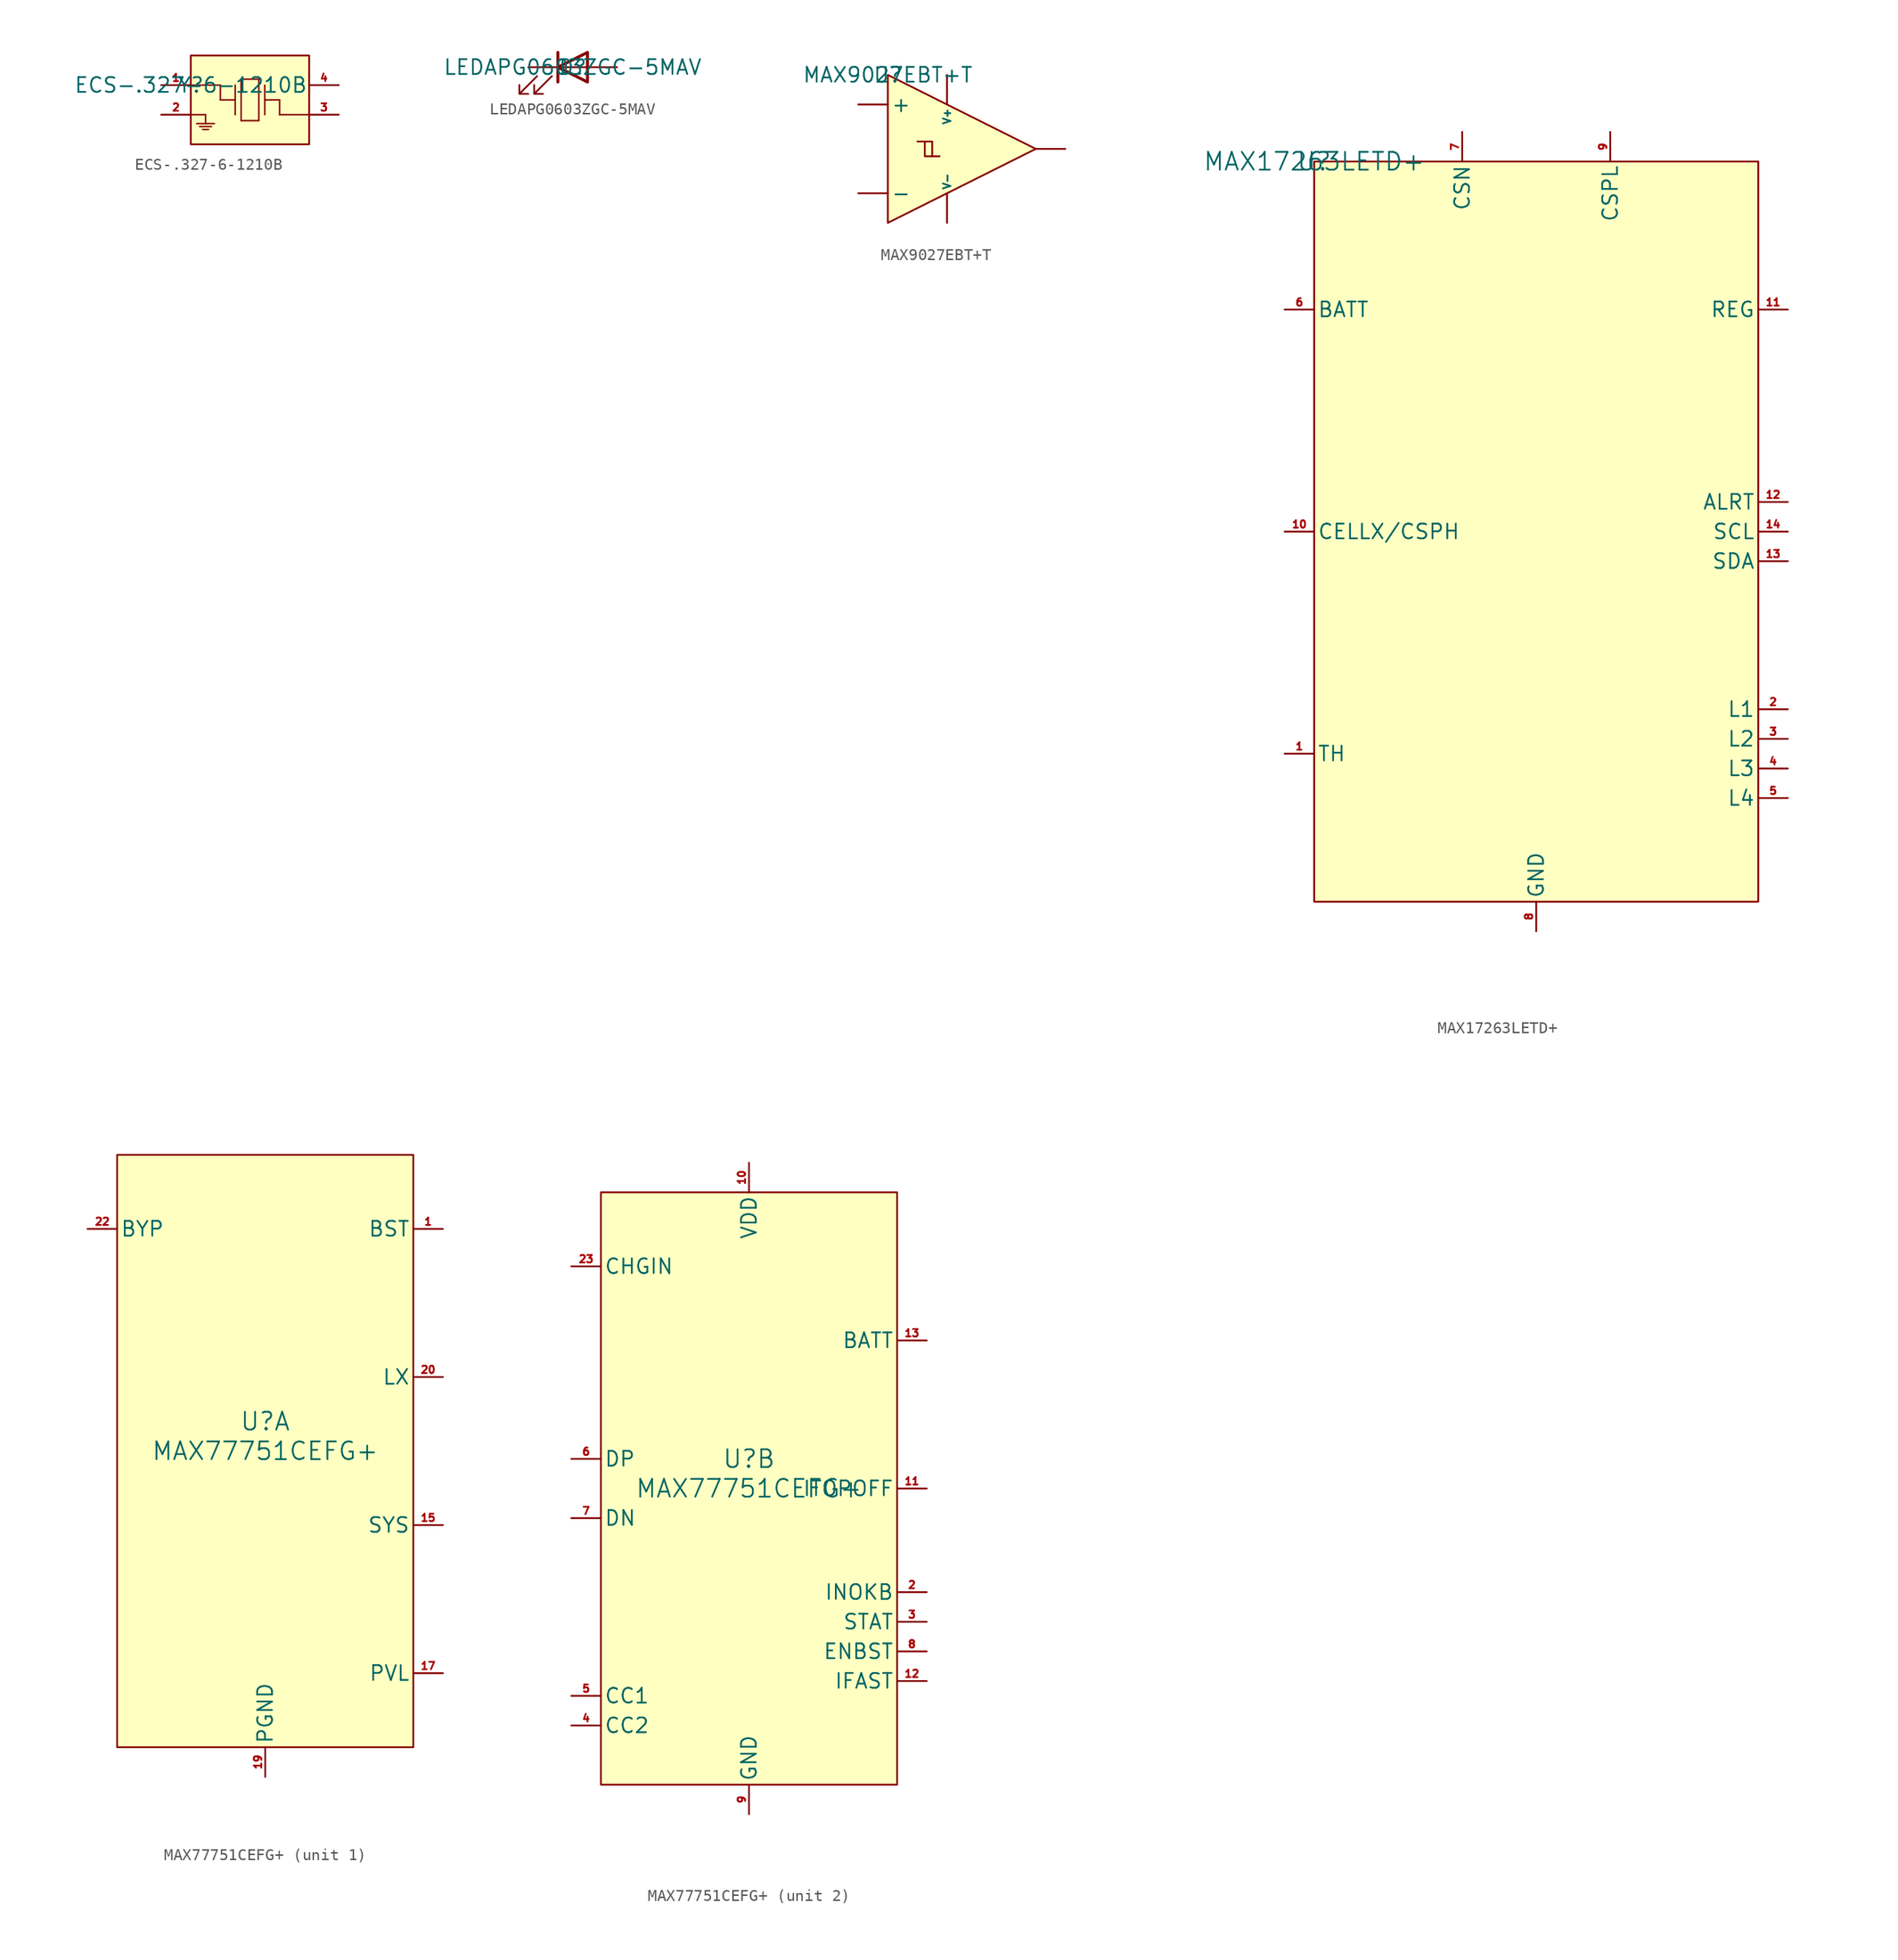
<source format=kicad_sym>
(kicad_symbol_lib
  (version 20211014)
  (generator kicad_symbol_editor)
  (symbol "ECS-.327-6-1210B"
    (pin_names
      (offset 1.27) hide)
    (property "Reference" "Y"
      (at 0 0 0)
      (effects (font (size 1.27 1.27))))
    (property "Value" "ECS-.327-6-1210B"
      (at 0 0 0)
      (effects (font (size 1.27 1.27))))
    (symbol "ECS-.327-6-1210B_0_1"
      (rectangle (start 10.16 2.54) (end 0 -5.08) (stroke (width 0) (type default) (color 0 0 0 0)) (fill (type background))))
    (symbol "ECS-.327-6-1210B_1_1"
      (polyline (pts (xy 0 -2.54) (xy 1.27 -2.54)) (stroke (width 0.127) (type default) (color 0 0 0 0)) (fill (type none)))
      (polyline (pts (xy 0.508 -3.302) (xy 2.032 -3.302)) (stroke (width 0.127) (type default) (color 0 0 0 0)) (fill (type none)))
      (polyline (pts (xy 0.762 -3.556) (xy 1.778 -3.556)) (stroke (width 0.127) (type default) (color 0 0 0 0)) (fill (type none)))
      (polyline (pts (xy 1.016 -3.81) (xy 1.524 -3.81)) (stroke (width 0.127) (type default) (color 0 0 0 0)) (fill (type none)))
      (polyline (pts (xy 1.27 -2.54) (xy 1.27 -3.302)) (stroke (width 0.127) (type default) (color 0 0 0 0)) (fill (type none)))
      (polyline (pts (xy 2.54 -1.27) (xy 2.54 0)) (stroke (width 0.127) (type default) (color 0 0 0 0)) (fill (type none)))
      (polyline (pts (xy 2.54 0) (xy 0 0)) (stroke (width 0.127) (type default) (color 0 0 0 0)) (fill (type none)))
      (polyline (pts (xy 3.81 -1.27) (xy 2.54 -1.27)) (stroke (width 0.127) (type default) (color 0 0 0 0)) (fill (type none)))
      (polyline (pts (xy 3.81 0) (xy 3.81 -2.54)) (stroke (width 0.127) (type default) (color 0 0 0 0)) (fill (type none)))
      (polyline (pts (xy 4.318 -3.048) (xy 5.842 -3.048)) (stroke (width 0.127) (type default) (color 0 0 0 0)) (fill (type none)))
      (polyline (pts (xy 4.318 0.508) (xy 4.318 -3.048)) (stroke (width 0.127) (type default) (color 0 0 0 0)) (fill (type none)))
      (polyline (pts (xy 5.842 -3.048) (xy 5.842 0.508)) (stroke (width 0.127) (type default) (color 0 0 0 0)) (fill (type none)))
      (polyline (pts (xy 5.842 0.508) (xy 4.318 0.508)) (stroke (width 0.127) (type default) (color 0 0 0 0)) (fill (type none)))
      (polyline (pts (xy 6.35 -1.27) (xy 7.62 -1.27)) (stroke (width 0.127) (type default) (color 0 0 0 0)) (fill (type none)))
      (polyline (pts (xy 6.35 0) (xy 6.35 -2.54)) (stroke (width 0.127) (type default) (color 0 0 0 0)) (fill (type none)))
      (polyline (pts (xy 7.62 -2.54) (xy 10.16 -2.54)) (stroke (width 0.127) (type default) (color 0 0 0 0)) (fill (type none)))
      (polyline (pts (xy 7.62 -1.27) (xy 7.62 -2.54)) (stroke (width 0.127) (type default) (color 0 0 0 0)) (fill (type none)))
      (pin unspecified line (at -2.54 0 0) (length 2.54) (name "1" (effects (font (size 1.27 1.27)))) (number "1" (effects (font (size 0.635 0.635)))))
      (pin unspecified line (at -2.54 -2.54 0) (length 2.54) (name "2" (effects (font (size 1.27 1.27)))) (number "2" (effects (font (size 0.635 0.635)))))
      (pin unspecified line (at 12.7 -2.54 180) (length 2.54) (name "3" (effects (font (size 1.27 1.27)))) (number "3" (effects (font (size 0.635 0.635)))))
      (pin unspecified line (at 12.7 0 180) (length 2.54) (name "4" (effects (font (size 1.27 1.27)))) (number "4" (effects (font (size 0.635 0.635)))))))
  (symbol "LEDAPG0603ZGC-5MAV"
    (pin_numbers hide)
    (pin_names
      (offset 1.016) hide)
    (property "Reference" "D"
      (at 0 0 0)
      (effects (font (size 1.27 1.27))))
    (property "Value" "LEDAPG0603ZGC-5MAV"
      (at 0 0 0)
      (effects (font (size 1.27 1.27))))
    (symbol "LEDAPG0603ZGC-5MAV_0_1"
      (polyline (pts (xy -1.27 -1.27) (xy -1.27 1.27)) (stroke (width 0.254) (type default) (color 0 0 0 0)) (fill (type none)))
      (polyline (pts (xy -1.27 0) (xy 1.27 0)) (stroke (width 0) (type default) (color 0 0 0 0)) (fill (type none)))
      (polyline (pts (xy 1.27 -1.27) (xy 1.27 1.27) (xy -1.27 0) (xy 1.27 -1.27)) (stroke (width 0.254) (type default) (color 0 0 0 0)) (fill (type none)))
      (polyline (pts (xy -3.048 -0.762) (xy -4.572 -2.286) (xy -3.81 -2.286) (xy -4.572 -2.286) (xy -4.572 -1.524)) (stroke (width 0) (type default) (color 0 0 0 0)) (fill (type none)))
      (polyline (pts (xy -1.778 -0.762) (xy -3.302 -2.286) (xy -2.54 -2.286) (xy -3.302 -2.286) (xy -3.302 -1.524)) (stroke (width 0) (type default) (color 0 0 0 0)) (fill (type none))))
    (symbol "LEDAPG0603ZGC-5MAV_1_1"
      (pin passive line (at -3.81 0 0) (length 2.54) (name "K" (effects (font (size 1.27 1.27)))) (number "1" (effects (font (size 1.27 1.27)))))
      (pin passive line (at 3.81 0 180) (length 2.54) (name "A" (effects (font (size 1.27 1.27)))) (number "2" (effects (font (size 1.27 1.27)))))))
  (symbol "MAX9027EBT+T"
    (pin_numbers hide)
    (pin_names
      (offset 0.254))
    (property "Reference" "U"
      (at 0 0 0)
      (effects (font (size 1.27 1.27))))
    (property "Value" "MAX9027EBT+T"
      (at 0 0 0)
      (effects (font (size 1.27 1.27))))
    (symbol "MAX9027EBT+T_0_1"
      (polyline (pts (xy 3.175 -5.715) (xy 3.81 -5.715) (xy 3.81 -6.985)) (stroke (width 0) (type default) (color 0 0 0 0)) (fill (type none)))
      (polyline (pts (xy 2.54 -5.715) (xy 3.175 -5.715) (xy 3.175 -6.985) (xy 4.445 -6.985)) (stroke (width 0) (type default) (color 0 0 0 0)) (fill (type none))))
    (symbol "MAX9027EBT+T_1_1"
      (polyline (pts (xy 0 -12.7) (xy 0 0) (xy 12.7 -6.35) (xy 0 -12.7)) (stroke (width 0) (type default) (color 0 0 0 0)) (fill (type background)))
      (pin power_in line (at 5.08 0 270) (length 2.54) (name "V+" (effects (font (size 0.635 0.635)))) (number "A1" (effects (font (size 1.27 1.27)))))
      (pin output line (at 15.24 -6.35 180) (length 2.54) (name "" (effects (font (size 1.27 1.27)))) (number "A2" (effects (font (size 1.27 1.27)))))
      (pin power_in line (at 5.08 -12.7 90) (length 2.54) (name "V-" (effects (font (size 0.635 0.635)))) (number "A3" (effects (font (size 1.27 1.27)))))
      (pin input line (at -2.54 -2.54 0) (length 2.54) (name "+" (effects (font (size 1.27 1.27)))) (number "B1" (effects (font (size 1.27 1.27)))))
      (pin power_in line (at 5.08 -12.7 90) (length 2.54) hide (name "V-" (effects (font (size 0.635 0.635)))) (number "B2" (effects (font (size 1.27 1.27)))))
      (pin input line (at -2.54 -10.16 0) (length 2.54) (name "-" (effects (font (size 1.27 1.27)))) (number "B3" (effects (font (size 1.27 1.27)))))))
  (symbol "MAX17263LETD+"
    (pin_names
      (offset 0.254))
    (property "Reference" "U"
      (at 0 0 0)
      (effects (font (size 1.524 1.524))))
    (property "Value" "MAX17263LETD+"
      (at 0 0 0)
      (effects (font (size 1.524 1.524))))
    (symbol "MAX17263LETD+_0_1"
      (rectangle (start 0 0) (end 38.1 -63.5) (stroke (width 0) (type default) (color 0 0 0 0)) (fill (type background))))
    (symbol "MAX17263LETD+_1_1"
      (pin unspecified line (at -2.54 -50.8 0) (length 2.54) (name "TH" (effects (font (size 1.27 1.27)))) (number "1" (effects (font (size 0.635 0.635)))))
      (pin unspecified line (at -2.54 -31.75 0) (length 2.54) (name "CELLX/CSPH" (effects (font (size 1.27 1.27)))) (number "10" (effects (font (size 0.635 0.635)))))
      (pin unspecified line (at 40.64 -12.7 180) (length 2.54) (name "REG" (effects (font (size 1.27 1.27)))) (number "11" (effects (font (size 0.635 0.635)))))
      (pin unspecified line (at 40.64 -29.21 180) (length 2.54) (name "ALRT" (effects (font (size 1.27 1.27)))) (number "12" (effects (font (size 0.635 0.635)))))
      (pin unspecified line (at 40.64 -34.29 180) (length 2.54) (name "SDA" (effects (font (size 1.27 1.27)))) (number "13" (effects (font (size 0.635 0.635)))))
      (pin unspecified line (at 40.64 -31.75 180) (length 2.54) (name "SCL" (effects (font (size 1.27 1.27)))) (number "14" (effects (font (size 0.635 0.635)))))
      (pin unspecified line (at 19.05 -66.04 90) (length 2.54) hide (name "EPAD" (effects (font (size 1.27 1.27)))) (number "15" (effects (font (size 0.635 0.635)))))
      (pin bidirectional line (at 40.64 -46.99 180) (length 2.54) (name "L1" (effects (font (size 1.27 1.27)))) (number "2" (effects (font (size 0.635 0.635)))))
      (pin bidirectional line (at 40.64 -49.53 180) (length 2.54) (name "L2" (effects (font (size 1.27 1.27)))) (number "3" (effects (font (size 0.635 0.635)))))
      (pin bidirectional line (at 40.64 -52.07 180) (length 2.54) (name "L3" (effects (font (size 1.27 1.27)))) (number "4" (effects (font (size 0.635 0.635)))))
      (pin bidirectional line (at 40.64 -54.61 180) (length 2.54) (name "L4" (effects (font (size 1.27 1.27)))) (number "5" (effects (font (size 0.635 0.635)))))
      (pin unspecified line (at -2.54 -12.7 0) (length 2.54) (name "BATT" (effects (font (size 1.27 1.27)))) (number "6" (effects (font (size 0.635 0.635)))))
      (pin unspecified line (at 12.7 2.54 270) (length 2.54) (name "CSN" (effects (font (size 1.27 1.27)))) (number "7" (effects (font (size 0.635 0.635)))))
      (pin power_in line (at 19.05 -66.04 90) (length 2.54) (name "GND" (effects (font (size 1.27 1.27)))) (number "8" (effects (font (size 0.635 0.635)))))
      (pin unspecified line (at 25.4 2.54 270) (length 2.54) (name "CSPL" (effects (font (size 1.27 1.27)))) (number "9" (effects (font (size 0.635 0.635)))))))
  (symbol "MAX77751CEFG+"
    (pin_names
      (offset 0.254))
    (property "Reference" "U"
      (at 12.7 -22.86 0)
      (effects (font (size 1.524 1.524))))
    (property "Value" "MAX77751CEFG+"
      (at 12.7 -25.4 0)
      (effects (font (size 1.524 1.524))))
    (property "ki_locked" ""
      (at 0 0 0)
      (effects (font (size 1.27 1.27))))
    (symbol "MAX77751CEFG+_1_1"
      (rectangle (start 0 0) (end 25.4 -50.8) (stroke (width 0) (type default) (color 0 0 0 0)) (fill (type background)))
      (pin unspecified line (at 27.94 -6.35 180) (length 2.54) (name "BST" (effects (font (size 1.27 1.27)))) (number "1" (effects (font (size 0.635 0.635)))))
      (pin unspecified line (at 27.94 -31.75 180) (length 2.54) (name "SYS" (effects (font (size 1.27 1.27)))) (number "15" (effects (font (size 0.635 0.635)))))
      (pin unspecified line (at 27.94 -31.75 180) (length 2.54) hide (name "SYS" (effects (font (size 1.27 1.27)))) (number "16" (effects (font (size 0.635 0.635)))))
      (pin output line (at 27.94 -44.45 180) (length 2.54) (name "PVL" (effects (font (size 1.27 1.27)))) (number "17" (effects (font (size 0.635 0.635)))))
      (pin power_in line (at 12.7 -53.34 90) (length 2.54) hide (name "PGND" (effects (font (size 1.27 1.27)))) (number "18" (effects (font (size 0.635 0.635)))))
      (pin power_in line (at 12.7 -53.34 90) (length 2.54) (name "PGND" (effects (font (size 1.27 1.27)))) (number "19" (effects (font (size 0.635 0.635)))))
      (pin unspecified line (at 27.94 -19.05 180) (length 2.54) (name "LX" (effects (font (size 1.27 1.27)))) (number "20" (effects (font (size 0.635 0.635)))))
      (pin unspecified line (at 27.94 -19.05 180) (length 2.54) hide (name "LX" (effects (font (size 1.27 1.27)))) (number "21" (effects (font (size 0.635 0.635)))))
      (pin output line (at -2.54 -6.35 0) (length 2.54) (name "BYP" (effects (font (size 1.27 1.27)))) (number "22" (effects (font (size 0.635 0.635))))))
    (symbol "MAX77751CEFG+_2_1"
      (rectangle (start 0 0) (end 25.4 -50.8) (stroke (width 0) (type default) (color 0 0 0 0)) (fill (type background)))
      (pin power_in line (at 12.7 2.54 270) (length 2.54) (name "VDD" (effects (font (size 1.27 1.27)))) (number "10" (effects (font (size 0.635 0.635)))))
      (pin unspecified line (at 27.94 -25.4 180) (length 2.54) (name "ITOPOFF" (effects (font (size 1.27 1.27)))) (number "11" (effects (font (size 0.635 0.635)))))
      (pin unspecified line (at 27.94 -41.91 180) (length 2.54) (name "IFAST" (effects (font (size 1.27 1.27)))) (number "12" (effects (font (size 0.635 0.635)))))
      (pin unspecified line (at 27.94 -12.7 180) (length 2.54) (name "BATT" (effects (font (size 1.27 1.27)))) (number "13" (effects (font (size 0.635 0.635)))))
      (pin unspecified line (at 27.94 -12.7 180) (length 2.54) hide (name "BATT" (effects (font (size 1.27 1.27)))) (number "14" (effects (font (size 0.635 0.635)))))
      (pin input line (at 27.94 -34.29 180) (length 2.54) (name "INOKB" (effects (font (size 1.27 1.27)))) (number "2" (effects (font (size 0.635 0.635)))))
      (pin input line (at -2.54 -6.35 0) (length 2.54) (name "CHGIN" (effects (font (size 1.27 1.27)))) (number "23" (effects (font (size 0.635 0.635)))))
      (pin input line (at -2.54 -6.35 0) (length 2.54) hide (name "CHGIN" (effects (font (size 1.27 1.27)))) (number "24" (effects (font (size 0.635 0.635)))))
      (pin output line (at 27.94 -36.83 180) (length 2.54) (name "STAT" (effects (font (size 1.27 1.27)))) (number "3" (effects (font (size 0.635 0.635)))))
      (pin unspecified line (at -2.54 -45.72 0) (length 2.54) (name "CC2" (effects (font (size 1.27 1.27)))) (number "4" (effects (font (size 0.635 0.635)))))
      (pin unspecified line (at -2.54 -43.18 0) (length 2.54) (name "CC1" (effects (font (size 1.27 1.27)))) (number "5" (effects (font (size 0.635 0.635)))))
      (pin output line (at -2.54 -22.86 0) (length 2.54) (name "DP" (effects (font (size 1.27 1.27)))) (number "6" (effects (font (size 0.635 0.635)))))
      (pin output line (at -2.54 -27.94 0) (length 2.54) (name "DN" (effects (font (size 1.27 1.27)))) (number "7" (effects (font (size 0.635 0.635)))))
      (pin input line (at 27.94 -39.37 180) (length 2.54) (name "ENBST" (effects (font (size 1.27 1.27)))) (number "8" (effects (font (size 0.635 0.635)))))
      (pin power_in line (at 12.7 -53.34 90) (length 2.54) (name "GND" (effects (font (size 1.27 1.27)))) (number "9" (effects (font (size 0.635 0.635))))))))
</source>
